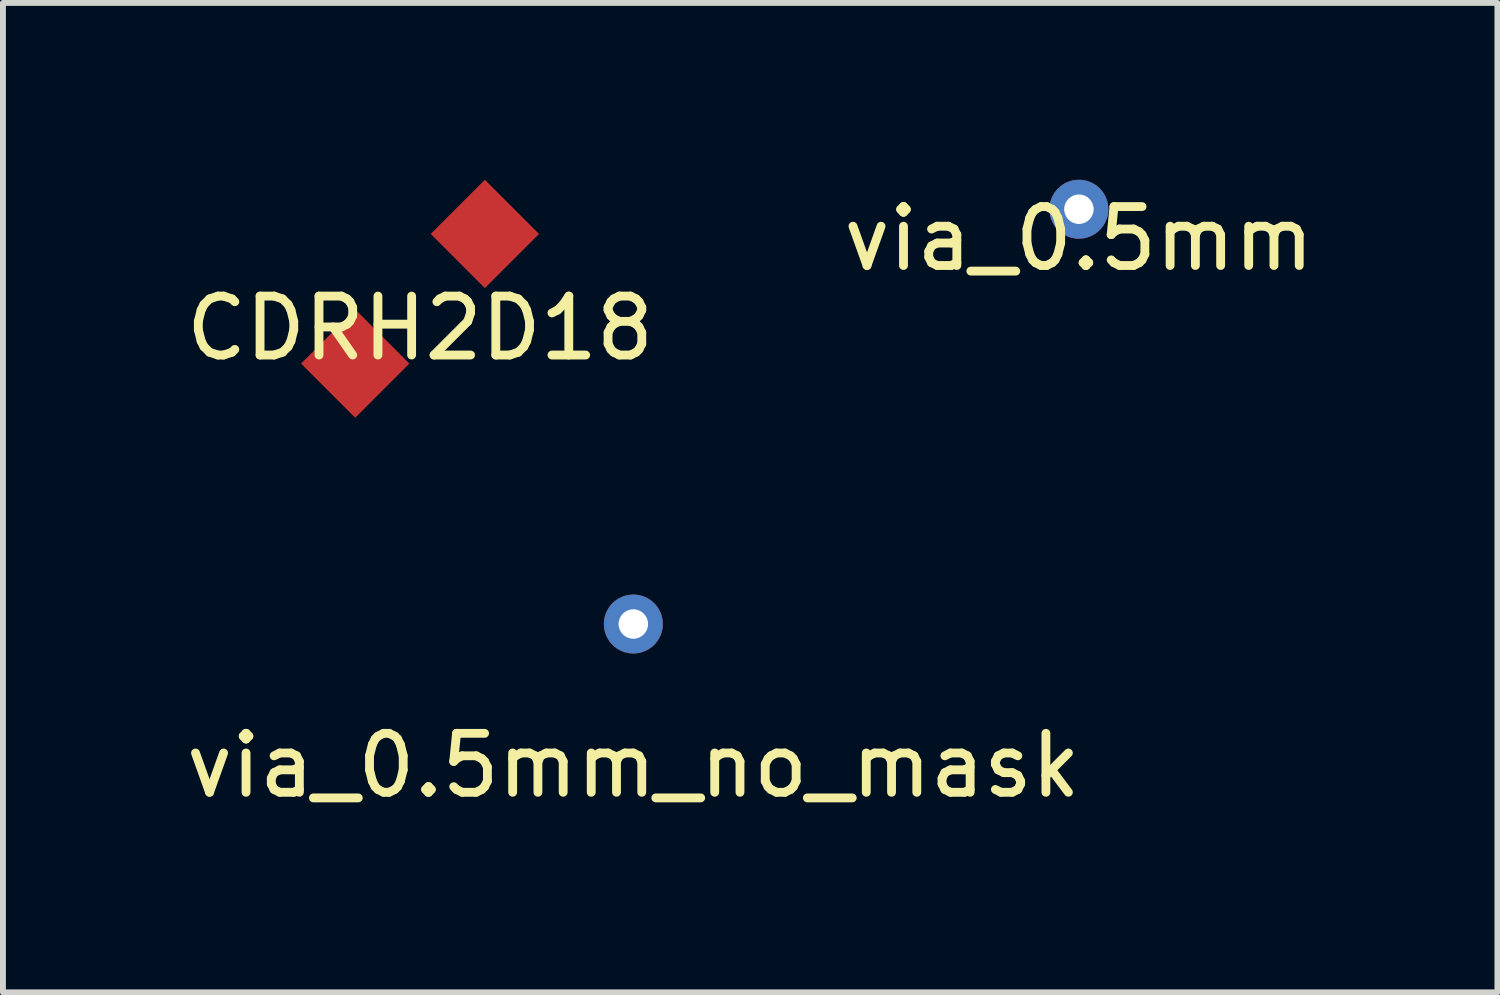
<source format=kicad_pcb>
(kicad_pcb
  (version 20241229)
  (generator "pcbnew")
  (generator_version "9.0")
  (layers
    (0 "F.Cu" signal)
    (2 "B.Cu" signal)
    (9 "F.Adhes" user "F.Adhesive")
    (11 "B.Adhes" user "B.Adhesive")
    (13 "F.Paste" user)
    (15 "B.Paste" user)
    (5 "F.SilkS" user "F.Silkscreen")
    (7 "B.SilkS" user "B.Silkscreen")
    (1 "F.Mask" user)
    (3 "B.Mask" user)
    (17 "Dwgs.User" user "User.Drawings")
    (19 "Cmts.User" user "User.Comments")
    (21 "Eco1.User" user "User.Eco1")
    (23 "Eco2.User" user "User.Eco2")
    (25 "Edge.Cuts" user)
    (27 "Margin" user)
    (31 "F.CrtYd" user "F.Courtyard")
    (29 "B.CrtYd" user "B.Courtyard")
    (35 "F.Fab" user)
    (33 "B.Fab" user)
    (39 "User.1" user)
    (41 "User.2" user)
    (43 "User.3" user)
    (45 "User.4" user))
  (footprint "via_0.5mm_no_mask"
    (layer "F.Cu")
    (at 7.696 7.538)
    (property "Reference" "via_0.5mm_no_mask" (at 0 2.4 0) (layer "F.SilkS") (effects (font (size 1 1) (thickness 0.15))))
    (attr through_hole)
    (pad "1" thru_hole circle (at 0 0) (size 1 1) (drill 0.5) (layers "*.Cu")))
  (footprint "via_0.5mm"
    (layer "F.Cu")
    (at 15.256 0.5)
    (property "Reference" "via_0.5mm" (at 0 0.5 0) (layer "F.SilkS") (effects (font (size 1 1) (thickness 0.15))))
    (attr through_hole)
    (pad "1" thru_hole circle (at 0 0) (size 1 1) (drill 0.5) (layers "*.Cu" "*.Mask")))
  (footprint "CDRH2D18"
    (layer "F.Cu")
    (at 4.077 2.019)
    (property "Reference" "CDRH2D18" (at 0 0.5 0) (layer "F.SilkS") (effects (font (size 1 1) (thickness 0.15))))
    (attr through_hole)
    (pad "1" smd trapezoid (at 1.1 -1.1 45) (size 1.3 1.3) (layers "F.Cu" "F.Mask" "F.Paste"))
    (pad "2" smd trapezoid (at -1.1 1.1 45) (size 1.3 1.3) (layers "F.Cu" "F.Mask" "F.Paste")))
  (gr_rect
    (start -3 -3)
    (end 22.357 13.787)
    (stroke (width 0.1) (type default))
    (fill no)
    (layer "Edge.Cuts")))
</source>
